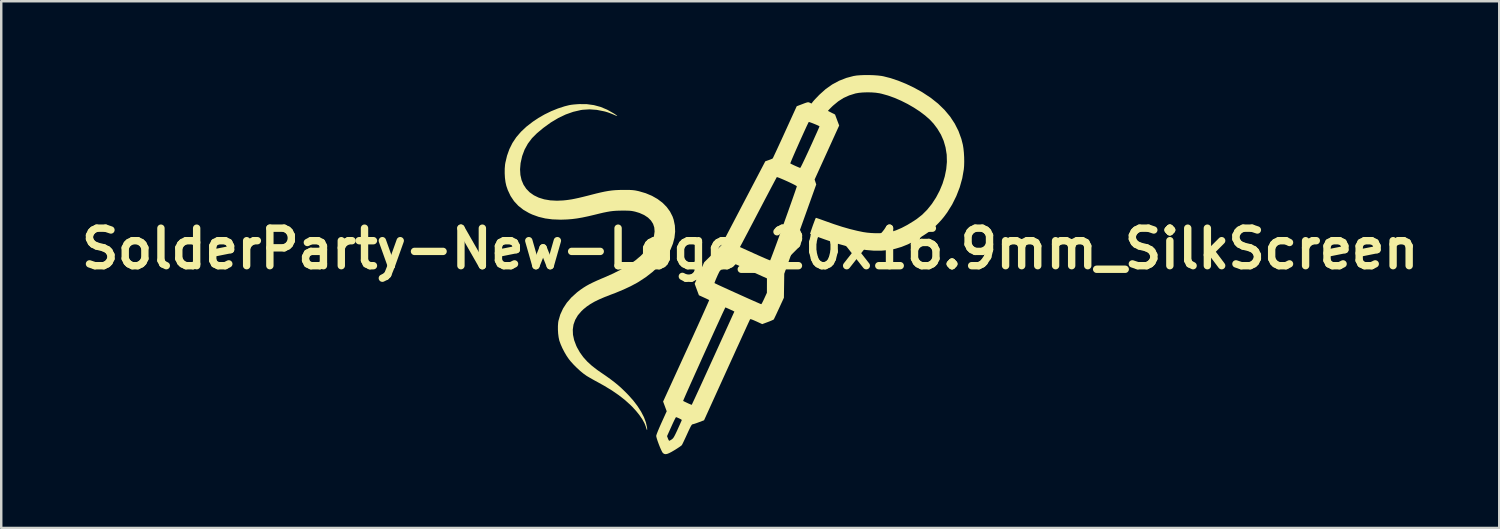
<source format=kicad_pcb>
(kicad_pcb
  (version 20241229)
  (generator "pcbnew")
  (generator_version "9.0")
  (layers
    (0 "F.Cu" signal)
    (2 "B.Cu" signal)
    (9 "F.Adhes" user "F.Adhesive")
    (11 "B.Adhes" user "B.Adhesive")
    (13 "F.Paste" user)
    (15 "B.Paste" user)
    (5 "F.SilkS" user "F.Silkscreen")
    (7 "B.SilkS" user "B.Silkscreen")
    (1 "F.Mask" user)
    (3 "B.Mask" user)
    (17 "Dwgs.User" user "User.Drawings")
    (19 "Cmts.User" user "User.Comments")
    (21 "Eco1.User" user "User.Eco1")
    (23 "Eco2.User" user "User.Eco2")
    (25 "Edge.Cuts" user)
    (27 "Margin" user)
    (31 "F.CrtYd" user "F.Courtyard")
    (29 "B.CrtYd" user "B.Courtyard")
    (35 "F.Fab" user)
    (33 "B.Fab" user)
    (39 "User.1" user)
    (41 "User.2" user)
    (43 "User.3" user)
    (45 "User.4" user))
  (footprint "SolderParty-New-Logo_20x16.9mm_SilkScreen"
    (layer "F.Cu")
    (at 27.439 7.058)
    (property "Reference" "SolderParty-New-Logo_20x16.9mm_SilkScreen" (at 0 0 0) (layer "F.SilkS") (effects (font (size 1.524 1.524) (thickness 0.3))))
    (attr through_hole)
    (fp_poly (pts (xy -6.638 -5.875) (xy -6.353 -5.836) (xy -6.079 -5.762) (xy -5.812 -5.65) (xy -5.547 -5.5) (xy -5.535 -5.492) (xy -5.458 -5.441) (xy -5.414 -5.407) (xy -5.405 -5.393) (xy -5.43 -5.398) (xy -5.475 -5.416) (xy -5.602 -5.471) (xy -5.705 -5.511) (xy -5.792 -5.543) (xy -5.876 -5.568) (xy -5.933 -5.583) (xy -6.236 -5.643) (xy -6.53 -5.664) (xy -6.816 -5.646) (xy -6.892 -5.634) (xy -7.196 -5.563) (xy -7.498 -5.456) (xy -7.8 -5.312) (xy -8.104 -5.13) (xy -8.409 -4.909) (xy -8.665 -4.696) (xy -8.869 -4.492) (xy -9.037 -4.269) (xy -9.17 -4.028) (xy -9.268 -3.766) (xy -9.331 -3.485) (xy -9.333 -3.473) (xy -9.354 -3.226) (xy -9.34 -2.998) (xy -9.293 -2.79) (xy -9.213 -2.601) (xy -9.102 -2.435) (xy -8.962 -2.291) (xy -8.792 -2.171) (xy -8.596 -2.076) (xy -8.373 -2.007) (xy -8.125 -1.965) (xy -7.853 -1.951) (xy -7.604 -1.962) (xy -7.485 -1.974) (xy -7.368 -1.989) (xy -7.247 -2.008) (xy -7.115 -2.034) (xy -6.967 -2.066) (xy -6.796 -2.107) (xy -6.595 -2.157) (xy -6.48 -2.187) (xy -6.261 -2.243) (xy -6.072 -2.288) (xy -5.907 -2.323) (xy -5.759 -2.349) (xy -5.62 -2.368) (xy -5.483 -2.38) (xy -5.34 -2.387) (xy -5.186 -2.39) (xy -5.14 -2.39) (xy -4.999 -2.39) (xy -4.889 -2.388) (xy -4.801 -2.383) (xy -4.726 -2.376) (xy -4.654 -2.365) (xy -4.578 -2.349) (xy -4.524 -2.337) (xy -4.248 -2.256) (xy -3.995 -2.15) (xy -3.768 -2.021) (xy -3.568 -1.871) (xy -3.398 -1.7) (xy -3.26 -1.512) (xy -3.156 -1.308) (xy -3.112 -1.18) (xy -3.062 -0.939) (xy -3.051 -0.695) (xy -3.078 -0.45) (xy -3.142 -0.205) (xy -3.241 0.037) (xy -3.375 0.275) (xy -3.543 0.508) (xy -3.743 0.733) (xy -3.976 0.948) (xy -4.239 1.153) (xy -4.532 1.345) (xy -4.603 1.387) (xy -4.857 1.523) (xy -5.148 1.659) (xy -5.472 1.794) (xy -5.65 1.861) (xy -5.908 1.961) (xy -6.132 2.057) (xy -6.326 2.151) (xy -6.494 2.248) (xy -6.642 2.349) (xy -6.775 2.457) (xy -6.862 2.54) (xy -7.007 2.709) (xy -7.113 2.891) (xy -7.182 3.083) (xy -7.211 3.285) (xy -7.203 3.496) (xy -7.156 3.716) (xy -7.07 3.943) (xy -7.037 4.013) (xy -6.922 4.216) (xy -6.786 4.405) (xy -6.626 4.583) (xy -6.437 4.756) (xy -6.215 4.928) (xy -6.077 5.024) (xy -5.865 5.169) (xy -5.681 5.301) (xy -5.518 5.425) (xy -5.369 5.547) (xy -5.228 5.673) (xy -5.088 5.808) (xy -4.96 5.938) (xy -4.756 6.165) (xy -4.581 6.394) (xy -4.435 6.622) (xy -4.32 6.844) (xy -4.24 7.058) (xy -4.194 7.261) (xy -4.193 7.271) (xy -4.188 7.329) (xy -4.19 7.362) (xy -4.199 7.365) (xy -4.209 7.341) (xy -4.22 7.307) (xy -4.236 7.253) (xy -4.241 7.236) (xy -4.298 7.091) (xy -4.386 6.932) (xy -4.501 6.764) (xy -4.64 6.591) (xy -4.798 6.419) (xy -4.865 6.353) (xy -5.093 6.147) (xy -5.344 5.951) (xy -5.621 5.76) (xy -5.93 5.572) (xy -6.2 5.422) (xy -6.315 5.36) (xy -6.432 5.294) (xy -6.542 5.231) (xy -6.631 5.178) (xy -6.658 5.161) (xy -6.777 5.076) (xy -6.91 4.967) (xy -7.047 4.841) (xy -7.179 4.709) (xy -7.298 4.577) (xy -7.371 4.486) (xy -7.461 4.355) (xy -7.55 4.204) (xy -7.633 4.044) (xy -7.702 3.888) (xy -7.753 3.748) (xy -7.761 3.723) (xy -7.787 3.597) (xy -7.806 3.449) (xy -7.815 3.292) (xy -7.815 3.139) (xy -7.805 3.002) (xy -7.794 2.932) (xy -7.719 2.674) (xy -7.606 2.429) (xy -7.456 2.198) (xy -7.268 1.981) (xy -7.045 1.779) (xy -7.01 1.751) (xy -6.894 1.664) (xy -6.781 1.586) (xy -6.664 1.513) (xy -6.538 1.443) (xy -6.395 1.372) (xy -6.231 1.296) (xy -6.037 1.212) (xy -5.94 1.172) (xy -5.565 1.005) (xy -5.229 0.834) (xy -4.93 0.658) (xy -4.669 0.475) (xy -4.445 0.286) (xy -4.255 0.089) (xy -4.209 0.034) (xy -4.071 -0.159) (xy -3.972 -0.348) (xy -3.91 -0.528) (xy -3.886 -0.7) (xy -3.899 -0.862) (xy -3.948 -1.011) (xy -4.034 -1.146) (xy -4.155 -1.266) (xy -4.311 -1.369) (xy -4.502 -1.454) (xy -4.671 -1.505) (xy -4.747 -1.522) (xy -4.819 -1.535) (xy -4.897 -1.543) (xy -4.989 -1.547) (xy -5.107 -1.549) (xy -5.19 -1.549) (xy -5.33 -1.547) (xy -5.455 -1.542) (xy -5.574 -1.533) (xy -5.693 -1.518) (xy -5.82 -1.496) (xy -5.964 -1.467) (xy -6.131 -1.428) (xy -6.317 -1.382) (xy -6.583 -1.319) (xy -6.821 -1.269) (xy -7.038 -1.231) (xy -7.242 -1.205) (xy -7.443 -1.189) (xy -7.647 -1.182) (xy -7.727 -1.181) (xy -8.042 -1.193) (xy -8.331 -1.231) (xy -8.601 -1.296) (xy -8.858 -1.389) (xy -8.99 -1.45) (xy -9.224 -1.586) (xy -9.426 -1.746) (xy -9.598 -1.932) (xy -9.74 -2.144) (xy -9.853 -2.384) (xy -9.912 -2.555) (xy -9.945 -2.704) (xy -9.968 -2.878) (xy -9.978 -3.064) (xy -9.977 -3.25) (xy -9.963 -3.422) (xy -9.951 -3.493) (xy -9.883 -3.781) (xy -9.787 -4.049) (xy -9.663 -4.298) (xy -9.507 -4.532) (xy -9.318 -4.752) (xy -9.094 -4.962) (xy -8.834 -5.163) (xy -8.61 -5.313) (xy -8.359 -5.457) (xy -8.09 -5.588) (xy -7.814 -5.7) (xy -7.543 -5.788) (xy -7.36 -5.834) (xy -7.281 -5.848) (xy -7.175 -5.861) (xy -7.057 -5.871) (xy -6.94 -5.878) (xy -6.938 -5.878)) (stroke (width 0) (type solid)) (fill yes) (layer "F.SilkS"))
    (fp_poly (pts (xy 5.013 -7.052) (xy 5.184 -7.04) (xy 5.334 -7.022) (xy 5.41 -7.008) (xy 5.705 -6.933) (xy 6.015 -6.829) (xy 6.333 -6.7) (xy 6.65 -6.549) (xy 6.956 -6.381) (xy 7.004 -6.352) (xy 7.338 -6.132) (xy 7.636 -5.895) (xy 7.897 -5.641) (xy 8.123 -5.371) (xy 8.312 -5.084) (xy 8.465 -4.781) (xy 8.581 -4.462) (xy 8.641 -4.227) (xy 8.665 -4.08) (xy 8.683 -3.907) (xy 8.694 -3.721) (xy 8.697 -3.534) (xy 8.692 -3.359) (xy 8.681 -3.23) (xy 8.617 -2.862) (xy 8.515 -2.497) (xy 8.377 -2.141) (xy 8.207 -1.798) (xy 8.005 -1.474) (xy 7.872 -1.294) (xy 7.768 -1.169) (xy 7.647 -1.038) (xy 7.519 -0.91) (xy 7.392 -0.794) (xy 7.278 -0.7) (xy 7.254 -0.682) (xy 7.158 -0.616) (xy 7.039 -0.538) (xy 6.905 -0.456) (xy 6.766 -0.373) (xy 6.632 -0.296) (xy 6.512 -0.23) (xy 6.414 -0.181) (xy 6.41 -0.179) (xy 6.152 -0.075) (xy 5.887 0.004) (xy 5.611 0.055) (xy 5.322 0.08) (xy 5.018 0.079) (xy 4.695 0.051) (xy 4.351 -0.004) (xy 3.983 -0.086) (xy 3.589 -0.194) (xy 3.47 -0.23) (xy 3.38 -0.259) (xy 3.272 -0.295) (xy 3.151 -0.336) (xy 3.023 -0.38) (xy 2.895 -0.426) (xy 2.772 -0.47) (xy 2.659 -0.511) (xy 2.563 -0.547) (xy 2.49 -0.575) (xy 2.445 -0.594) (xy 2.434 -0.6) (xy 2.437 -0.62) (xy 2.452 -0.671) (xy 2.476 -0.744) (xy 2.506 -0.832) (xy 2.539 -0.928) (xy 2.574 -1.024) (xy 2.607 -1.112) (xy 2.635 -1.185) (xy 2.657 -1.236) (xy 2.668 -1.256) (xy 2.688 -1.251) (xy 2.739 -1.234) (xy 2.816 -1.208) (xy 2.913 -1.173) (xy 3.024 -1.133) (xy 3.03 -1.131) (xy 3.396 -1.001) (xy 3.734 -0.891) (xy 4.051 -0.8) (xy 4.353 -0.726) (xy 4.59 -0.677) (xy 4.746 -0.654) (xy 4.918 -0.638) (xy 5.098 -0.63) (xy 5.275 -0.63) (xy 5.442 -0.637) (xy 5.587 -0.653) (xy 5.703 -0.676) (xy 5.704 -0.676) (xy 5.926 -0.748) (xy 6.152 -0.845) (xy 6.387 -0.968) (xy 6.637 -1.121) (xy 6.763 -1.204) (xy 6.987 -1.38) (xy 7.195 -1.589) (xy 7.384 -1.824) (xy 7.552 -2.082) (xy 7.697 -2.357) (xy 7.816 -2.643) (xy 7.906 -2.937) (xy 7.966 -3.233) (xy 7.993 -3.526) (xy 7.986 -3.811) (xy 7.984 -3.831) (xy 7.938 -4.118) (xy 7.861 -4.385) (xy 7.751 -4.636) (xy 7.605 -4.879) (xy 7.452 -5.082) (xy 7.296 -5.249) (xy 7.107 -5.415) (xy 6.89 -5.579) (xy 6.651 -5.735) (xy 6.396 -5.882) (xy 6.132 -6.015) (xy 5.864 -6.131) (xy 5.599 -6.226) (xy 5.342 -6.298) (xy 5.25 -6.318) (xy 5.101 -6.34) (xy 4.931 -6.353) (xy 4.752 -6.356) (xy 4.576 -6.35) (xy 4.415 -6.335) (xy 4.28 -6.311) (xy 4.273 -6.309) (xy 4.02 -6.23) (xy 3.789 -6.125) (xy 3.575 -5.988) (xy 3.368 -5.817) (xy 3.333 -5.784) (xy 3.265 -5.717) (xy 3.21 -5.661) (xy 3.173 -5.621) (xy 3.16 -5.602) (xy 3.16 -5.601) (xy 3.181 -5.59) (xy 3.229 -5.565) (xy 3.294 -5.532) (xy 3.309 -5.524) (xy 3.447 -5.454) (xy 3.531 -5.23) (xy 3.615 -5.007) (xy 2.617 -2.812) (xy 2.65 -2.712) (xy 2.683 -2.612) (xy 1.383 1.019) (xy 1.376 1.505) (xy 1.369 1.992) (xy 1.171 2.422) (xy 1.114 2.544) (xy 1.063 2.655) (xy 1.018 2.749) (xy 0.984 2.82) (xy 0.963 2.863) (xy 0.957 2.874) (xy 0.932 2.889) (xy 0.878 2.914) (xy 0.803 2.946) (xy 0.714 2.98) (xy 0.488 3.064) (xy 0.249 2.954) (xy 0.142 2.907) (xy 0.067 2.877) (xy 0.02 2.864) (xy -0.004 2.866) (xy -0.006 2.868) (xy -0.016 2.889) (xy -0.042 2.945) (xy -0.082 3.031) (xy -0.136 3.148) (xy -0.201 3.291) (xy -0.278 3.459) (xy -0.365 3.65) (xy -0.461 3.861) (xy -0.566 4.089) (xy -0.676 4.333) (xy -0.793 4.589) (xy -0.915 4.857) (xy -0.949 4.932) (xy -1.876 6.972) (xy -2.083 7.05) (xy -2.172 7.083) (xy -2.251 7.11) (xy -2.311 7.128) (xy -2.338 7.134) (xy -2.356 7.14) (xy -2.375 7.157) (xy -2.397 7.188) (xy -2.426 7.239) (xy -2.463 7.314) (xy -2.512 7.417) (xy -2.568 7.54) (xy -2.623 7.66) (xy -2.674 7.769) (xy -2.718 7.862) (xy -2.753 7.933) (xy -2.775 7.975) (xy -2.78 7.982) (xy -2.807 8.007) (xy -2.862 8.047) (xy -2.938 8.098) (xy -3.028 8.156) (xy -3.077 8.186) (xy -3.202 8.259) (xy -3.3 8.309) (xy -3.377 8.339) (xy -3.437 8.349) (xy -3.487 8.341) (xy -3.532 8.316) (xy -3.549 8.302) (xy -3.574 8.266) (xy -3.608 8.201) (xy -3.648 8.114) (xy -3.69 8.013) (xy -3.73 7.908) (xy -3.767 7.805) (xy -3.796 7.714) (xy -3.815 7.643) (xy -3.819 7.616) (xy -3.38 7.616) (xy -3.345 7.711) (xy -3.322 7.765) (xy -3.3 7.799) (xy -3.29 7.805) (xy -3.263 7.794) (xy -3.217 7.767) (xy -3.19 7.75) (xy -3.161 7.727) (xy -3.134 7.699) (xy -3.106 7.659) (xy -3.074 7.603) (xy -3.035 7.525) (xy -2.985 7.42) (xy -2.946 7.335) (xy -2.896 7.224) (xy -2.851 7.125) (xy -2.816 7.044) (xy -2.791 6.988) (xy -2.781 6.96) (xy -2.781 6.959) (xy -2.797 6.945) (xy -2.838 6.921) (xy -2.893 6.893) (xy -2.95 6.868) (xy -2.996 6.85) (xy -3.017 6.845) (xy -3.029 6.863) (xy -3.056 6.912) (xy -3.093 6.986) (xy -3.138 7.081) (xy -3.189 7.192) (xy -3.206 7.231) (xy -3.38 7.616) (xy -3.819 7.616) (xy -3.82 7.605) (xy -3.812 7.57) (xy -3.789 7.504) (xy -3.753 7.412) (xy -3.706 7.3) (xy -3.651 7.173) (xy -3.607 7.075) (xy -3.394 6.605) (xy -3.467 6.408) (xy -3.54 6.211) (xy -3.528 6.185) (xy -2.726 6.185) (xy -2.703 6.199) (xy -2.653 6.223) (xy -2.588 6.254) (xy -2.518 6.287) (xy -2.452 6.316) (xy -2.403 6.336) (xy -2.379 6.345) (xy -2.369 6.327) (xy -2.344 6.275) (xy -2.305 6.191) (xy -2.252 6.079) (xy -2.188 5.939) (xy -2.112 5.775) (xy -2.026 5.589) (xy -1.932 5.383) (xy -1.83 5.159) (xy -1.721 4.921) (xy -1.607 4.67) (xy -1.506 4.449) (xy -0.644 2.552) (xy -0.825 2.466) (xy -0.901 2.431) (xy -0.963 2.404) (xy -1.001 2.388) (xy -1.01 2.386) (xy -1.022 2.409) (xy -1.049 2.465) (xy -1.09 2.551) (xy -1.143 2.664) (xy -1.206 2.802) (xy -1.279 2.962) (xy -1.361 3.14) (xy -1.449 3.333) (xy -1.543 3.54) (xy -1.641 3.756) (xy -1.742 3.979) (xy -1.845 4.206) (xy -1.948 4.433) (xy -2.049 4.659) (xy -2.149 4.881) (xy -2.245 5.094) (xy -2.336 5.297) (xy -2.421 5.486) (xy -2.498 5.659) (xy -2.566 5.812) (xy -2.624 5.943) (xy -2.67 6.049) (xy -2.703 6.126) (xy -2.722 6.172) (xy -2.726 6.185) (xy -3.528 6.185) (xy -2.599 4.154) (xy -2.475 3.884) (xy -2.356 3.623) (xy -2.244 3.376) (xy -2.138 3.143) (xy -2.04 2.927) (xy -1.952 2.731) (xy -1.873 2.556) (xy -1.806 2.405) (xy -1.751 2.281) (xy -1.709 2.186) (xy -1.681 2.121) (xy -1.669 2.09) (xy -1.668 2.087) (xy -1.69 2.075) (xy -1.74 2.05) (xy -1.811 2.016) (xy -1.882 1.984) (xy -2.085 1.891) (xy -2.172 1.657) (xy -2.258 1.423) (xy -2.244 1.392) (xy -1.452 1.392) (xy -1.451 1.396) (xy -1.43 1.408) (xy -1.376 1.434) (xy -1.295 1.473) (xy -1.189 1.522) (xy -1.064 1.579) (xy -0.924 1.643) (xy -0.773 1.712) (xy -0.614 1.784) (xy -0.452 1.857) (xy -0.292 1.929) (xy -0.137 1.999) (xy 0.008 2.064) (xy 0.14 2.122) (xy 0.253 2.172) (xy 0.345 2.212) (xy 0.41 2.24) (xy 0.445 2.253) (xy 0.449 2.254) (xy 0.465 2.235) (xy 0.492 2.186) (xy 0.528 2.115) (xy 0.569 2.029) (xy 0.573 2.02) (xy 0.678 1.791) (xy 0.679 1.499) (xy 0.68 1.206) (xy 0.225 1) (xy 0.077 0.933) (xy -0.078 0.863) (xy -0.232 0.793) (xy -0.374 0.729) (xy -0.493 0.675) (xy -0.529 0.659) (xy -0.828 0.523) (xy -1.021 0.702) (xy -1.095 0.771) (xy -1.16 0.831) (xy -1.208 0.878) (xy -1.235 0.904) (xy -1.236 0.906) (xy -1.255 0.937) (xy -1.283 0.993) (xy -1.318 1.065) (xy -1.354 1.147) (xy -1.39 1.228) (xy -1.42 1.302) (xy -1.442 1.359) (xy -1.452 1.392) (xy -2.244 1.392) (xy -2.064 0.987) (xy -1.87 0.55) (xy -1.525 0.21) (xy -1.243 -0.068) (xy -0.418 -0.068) (xy 0.186 0.206) (xy 0.331 0.271) (xy 0.465 0.33) (xy 0.583 0.382) (xy 0.681 0.424) (xy 0.754 0.454) (xy 0.798 0.471) (xy 0.809 0.473) (xy 0.819 0.454) (xy 0.841 0.4) (xy 0.874 0.314) (xy 0.918 0.198) (xy 0.971 0.057) (xy 1.032 -0.108) (xy 1.1 -0.294) (xy 1.174 -0.497) (xy 1.253 -0.715) (xy 1.336 -0.946) (xy 1.363 -1.022) (xy 1.447 -1.256) (xy 1.527 -1.479) (xy 1.601 -1.689) (xy 1.67 -1.883) (xy 1.731 -2.057) (xy 1.784 -2.208) (xy 1.828 -2.335) (xy 1.861 -2.433) (xy 1.884 -2.501) (xy 1.894 -2.535) (xy 1.894 -2.538) (xy 1.875 -2.554) (xy 1.827 -2.582) (xy 1.754 -2.62) (xy 1.664 -2.664) (xy 1.563 -2.712) (xy 1.458 -2.76) (xy 1.354 -2.806) (xy 1.258 -2.847) (xy 1.177 -2.88) (xy 1.117 -2.902) (xy 1.084 -2.91) (xy 1.08 -2.909) (xy 1.068 -2.889) (xy 1.04 -2.836) (xy 0.996 -2.754) (xy 0.938 -2.644) (xy 0.867 -2.511) (xy 0.786 -2.357) (xy 0.695 -2.184) (xy 0.596 -1.997) (xy 0.491 -1.796) (xy 0.41 -1.641) (xy 0.299 -1.429) (xy 0.191 -1.223) (xy 0.089 -1.028) (xy -0.007 -0.846) (xy -0.093 -0.68) (xy -0.17 -0.535) (xy -0.234 -0.413) (xy -0.284 -0.318) (xy -0.318 -0.253) (xy -0.331 -0.229) (xy -0.418 -0.068) (xy -1.243 -0.068) (xy -1.18 -0.13) (xy -0.284 -1.841) (xy 0.568 -3.467) (xy 1.629 -3.467) (xy 1.653 -3.452) (xy 1.705 -3.426) (xy 1.774 -3.393) (xy 1.85 -3.358) (xy 1.924 -3.326) (xy 1.985 -3.3) (xy 2.024 -3.285) (xy 2.032 -3.284) (xy 2.044 -3.301) (xy 2.072 -3.351) (xy 2.112 -3.431) (xy 2.163 -3.537) (xy 2.224 -3.664) (xy 2.292 -3.81) (xy 2.367 -3.971) (xy 2.438 -4.126) (xy 2.516 -4.297) (xy 2.588 -4.457) (xy 2.653 -4.602) (xy 2.71 -4.728) (xy 2.756 -4.832) (xy 2.79 -4.91) (xy 2.81 -4.959) (xy 2.816 -4.974) (xy 2.788 -4.991) (xy 2.735 -5.017) (xy 2.665 -5.047) (xy 2.587 -5.079) (xy 2.511 -5.109) (xy 2.445 -5.133) (xy 2.398 -5.148) (xy 2.379 -5.15) (xy 2.365 -5.126) (xy 2.338 -5.07) (xy 2.298 -4.988) (xy 2.25 -4.883) (xy 2.193 -4.759) (xy 2.131 -4.622) (xy 2.065 -4.476) (xy 1.997 -4.325) (xy 1.93 -4.173) (xy 1.864 -4.025) (xy 1.803 -3.886) (xy 1.748 -3.759) (xy 1.701 -3.65) (xy 1.665 -3.563) (xy 1.64 -3.501) (xy 1.629 -3.47) (xy 1.629 -3.467) (xy 0.568 -3.467) (xy 0.613 -3.553) (xy 0.755 -3.603) (xy 0.826 -3.629) (xy 0.882 -3.652) (xy 0.912 -3.668) (xy 0.913 -3.669) (xy 0.925 -3.69) (xy 0.951 -3.744) (xy 0.99 -3.828) (xy 1.042 -3.938) (xy 1.104 -4.072) (xy 1.175 -4.226) (xy 1.254 -4.396) (xy 1.338 -4.58) (xy 1.41 -4.738) (xy 1.89 -5.791) (xy 2.12 -5.878) (xy 2.216 -5.915) (xy 2.284 -5.938) (xy 2.33 -5.95) (xy 2.362 -5.952) (xy 2.39 -5.946) (xy 2.42 -5.933) (xy 2.49 -5.9) (xy 2.549 -5.978) (xy 2.585 -6.02) (xy 2.642 -6.083) (xy 2.714 -6.158) (xy 2.793 -6.24) (xy 2.819 -6.266) (xy 3.067 -6.488) (xy 3.33 -6.674) (xy 3.61 -6.825) (xy 3.909 -6.942) (xy 4.2 -7.019) (xy 4.324 -7.039) (xy 4.477 -7.051) (xy 4.65 -7.058) (xy 4.832 -7.058)) (stroke (width 0) (type solid)) (fill yes) (layer "F.SilkS")))
  (gr_rect
    (start -3 -3)
    (end 57.879 18.407)
    (stroke (width 0.1) (type default))
    (fill no)
    (layer "Edge.Cuts")))
</source>
